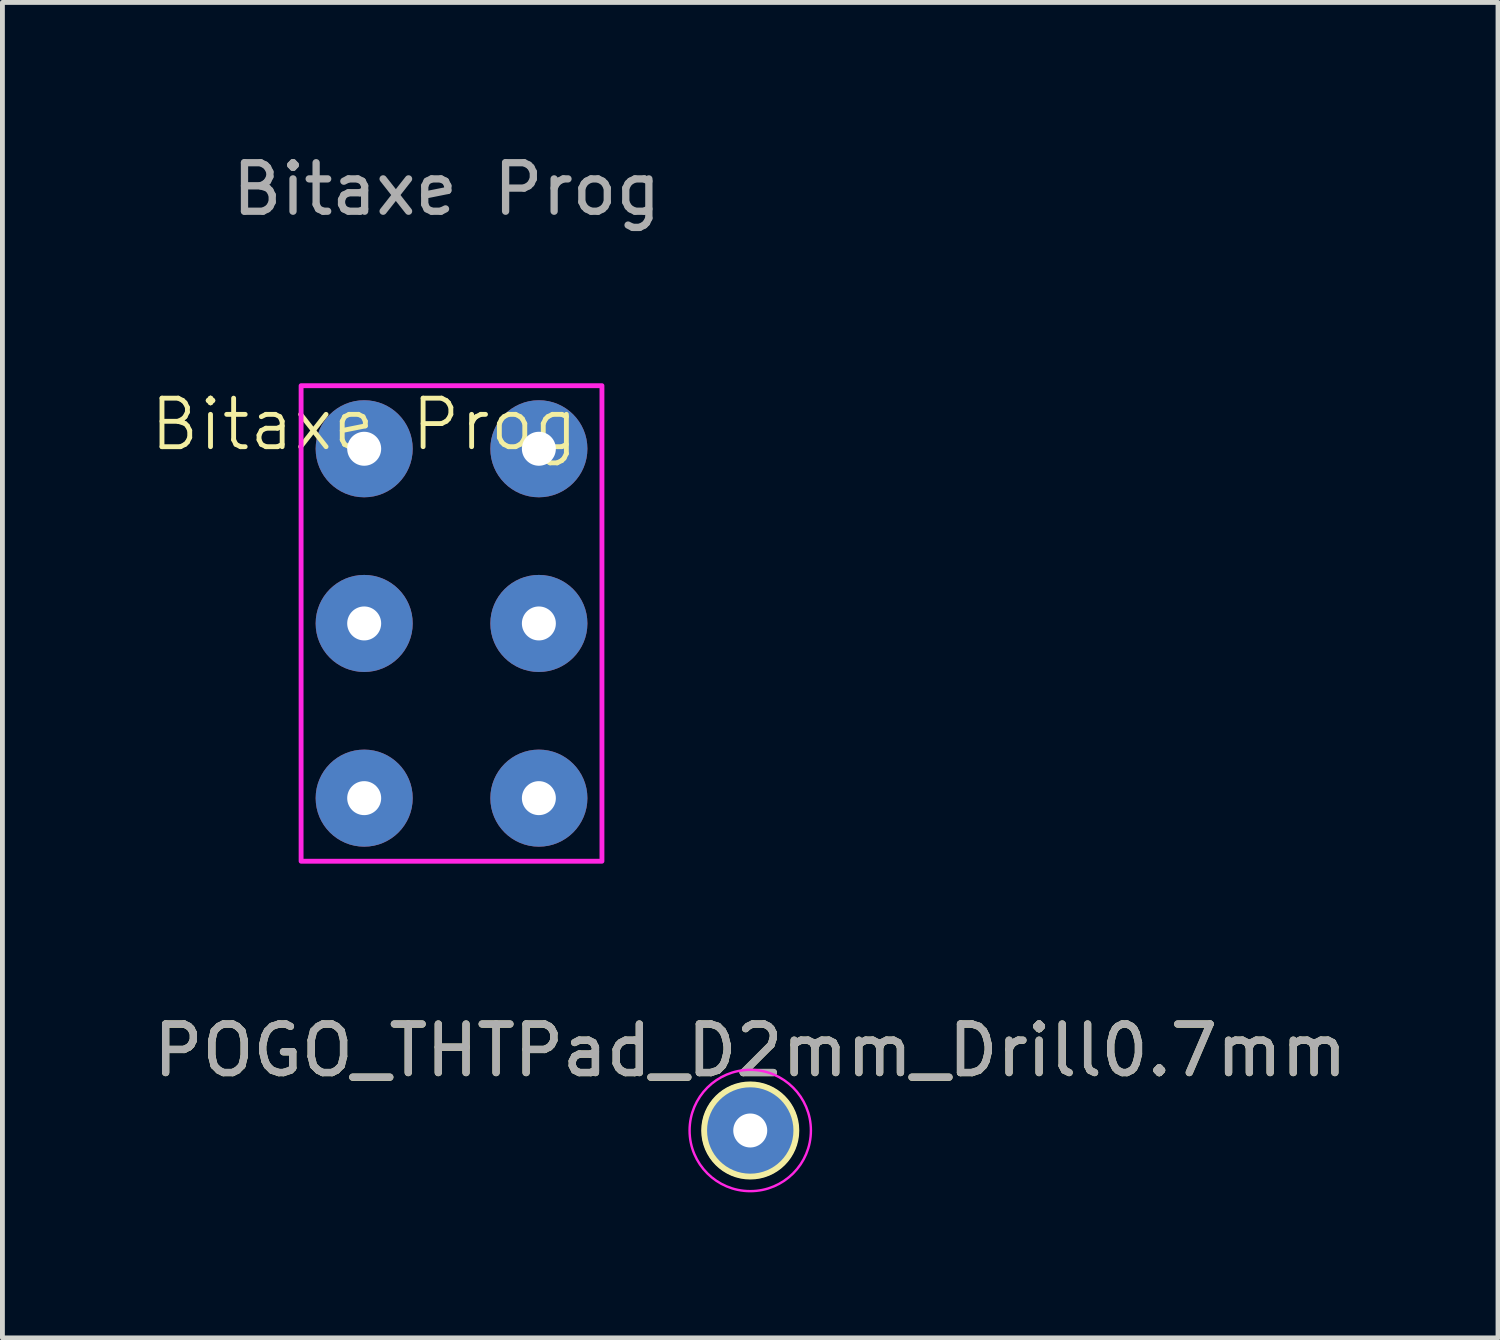
<source format=kicad_pcb>
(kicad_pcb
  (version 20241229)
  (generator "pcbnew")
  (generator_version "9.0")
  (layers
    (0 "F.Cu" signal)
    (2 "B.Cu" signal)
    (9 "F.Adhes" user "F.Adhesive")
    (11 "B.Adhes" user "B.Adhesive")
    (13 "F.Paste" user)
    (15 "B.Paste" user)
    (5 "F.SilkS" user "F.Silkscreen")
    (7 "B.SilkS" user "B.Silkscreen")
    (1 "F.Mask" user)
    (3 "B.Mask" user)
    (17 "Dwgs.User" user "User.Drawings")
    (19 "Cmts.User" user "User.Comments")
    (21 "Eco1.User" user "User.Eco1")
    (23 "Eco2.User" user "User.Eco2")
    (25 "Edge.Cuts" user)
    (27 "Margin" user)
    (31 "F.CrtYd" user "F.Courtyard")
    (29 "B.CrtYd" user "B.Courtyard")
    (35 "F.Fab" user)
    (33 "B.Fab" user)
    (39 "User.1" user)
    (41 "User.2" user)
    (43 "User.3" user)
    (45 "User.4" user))
  (footprint "POGO_THTPad_D2mm_Drill0.7mm"
    (layer "F.Cu")
    (at 12.411 20.247)
    (property "Reference" "POGO_THTPad_D2mm_Drill0.7mm" (at 0 -1.648 0) (layer "F.SilkS") (effects (font (size 1 1) (thickness 0.15))))
    (attr exclude_from_pos_files exclude_from_bom)
    (fp_circle (center 0 0) (end 0 0.95) (stroke (width 0.12) (type solid)) (fill no) (layer "F.SilkS"))
    (fp_circle (center 0 0) (end 1.25 0) (stroke (width 0.05) (type solid)) (fill no) (layer "F.CrtYd"))
    (fp_text user "${REFERENCE}" (at 0 -1.65 0) (layer "F.Fab") (effects (font (size 1 1) (thickness 0.15))))
    (pad "1" thru_hole circle (at 0 0) (size 2 2) (drill 0.7) (layers "*.Cu" "*.Mask")))
  (footprint "Bitaxe Prog"
    (layer "F.Cu")
    (at 4.455 6.198)
    (property "Reference" "Bitaxe Prog" (at 0 -0.5 0) (unlocked yes) (layer "F.SilkS") (effects (font (size 1 1) (thickness 0.1))))
    (attr exclude_from_pos_files exclude_from_bom)
    (fp_arc (start -0.685218 -0.185218) (mid -0.5 -0.5) (end -0.185218 -0.685218) (stroke (width 0.3) (type solid)) (layer "F.Paste"))
    (fp_arc (start -0.685218 3.385227) (mid -0.5 3.070445) (end -0.185218 2.885227) (stroke (width 0.3) (type solid)) (layer "F.Paste"))
    (fp_arc (start -0.685218 6.985227) (mid -0.5 6.670445) (end -0.185218 6.485227) (stroke (width 0.3) (type solid)) (layer "F.Paste"))
    (fp_arc (start -0.185218 0.714773) (mid -0.5 0.529555) (end -0.685218 0.214773) (stroke (width 0.3) (type solid)) (layer "F.Paste"))
    (fp_arc (start -0.185218 4.285218) (mid -0.5 4.1) (end -0.685218 3.785218) (stroke (width 0.3) (type solid)) (layer "F.Paste"))
    (fp_arc (start -0.185218 7.885218) (mid -0.5 7.7) (end -0.685218 7.385218) (stroke (width 0.3) (type solid)) (layer "F.Paste"))
    (fp_arc (start 0.2 -0.7) (mid 0.514782 -0.514782) (end 0.7 -0.2) (stroke (width 0.3) (type solid)) (layer "F.Paste"))
    (fp_arc (start 0.2 2.870445) (mid 0.514782 3.055663) (end 0.7 3.370445) (stroke (width 0.3) (type solid)) (layer "F.Paste"))
    (fp_arc (start 0.2 6.470445) (mid 0.514782 6.655663) (end 0.7 6.970445) (stroke (width 0.3) (type solid)) (layer "F.Paste"))
    (fp_arc (start 0.685218 0.214773) (mid 0.5 0.529555) (end 0.185218 0.714773) (stroke (width 0.3) (type solid)) (layer "F.Paste"))
    (fp_arc (start 0.685218 3.785218) (mid 0.5 4.1) (end 0.185218 4.285218) (stroke (width 0.3) (type solid)) (layer "F.Paste"))
    (fp_arc (start 0.685218 7.385218) (mid 0.5 7.7) (end 0.185218 7.885218) (stroke (width 0.3) (type solid)) (layer "F.Paste"))
    (fp_arc (start 2.914782 -0.214773) (mid 3.1 -0.529555) (end 3.414782 -0.714773) (stroke (width 0.3) (type solid)) (layer "F.Paste"))
    (fp_arc (start 2.914782 3.385227) (mid 3.1 3.070445) (end 3.414782 2.885227) (stroke (width 0.3) (type solid)) (layer "F.Paste"))
    (fp_arc (start 2.914782 6.985227) (mid 3.1 6.670445) (end 3.414782 6.485227) (stroke (width 0.3) (type solid)) (layer "F.Paste"))
    (fp_arc (start 3.414782 0.685218) (mid 3.1 0.5) (end 2.914782 0.185218) (stroke (width 0.3) (type solid)) (layer "F.Paste"))
    (fp_arc (start 3.414782 4.285218) (mid 3.1 4.1) (end 2.914782 3.785218) (stroke (width 0.3) (type solid)) (layer "F.Paste"))
    (fp_arc (start 3.414782 7.885218) (mid 3.1 7.7) (end 2.914782 7.385218) (stroke (width 0.3) (type solid)) (layer "F.Paste"))
    (fp_arc (start 3.8 -0.729555) (mid 4.114782 -0.544337) (end 4.3 -0.229555) (stroke (width 0.3) (type solid)) (layer "F.Paste"))
    (fp_arc (start 3.8 2.870445) (mid 4.114782 3.055663) (end 4.3 3.370445) (stroke (width 0.3) (type solid)) (layer "F.Paste"))
    (fp_arc (start 3.8 6.470445) (mid 4.114782 6.655663) (end 4.3 6.970445) (stroke (width 0.3) (type solid)) (layer "F.Paste"))
    (fp_arc (start 4.285218 0.185218) (mid 4.1 0.5) (end 3.785218 0.685218) (stroke (width 0.3) (type solid)) (layer "F.Paste"))
    (fp_arc (start 4.285218 3.785218) (mid 4.1 4.1) (end 3.785218 4.285218) (stroke (width 0.3) (type solid)) (layer "F.Paste"))
    (fp_arc (start 4.285218 7.385218) (mid 4.1 7.7) (end 3.785218 7.885218) (stroke (width 0.3) (type solid)) (layer "F.Paste"))
    (fp_rect (start -1.3 -1.3) (end 4.9 8.5) (stroke (width 0.1) (type solid)) (fill no) (layer "F.CrtYd"))
    (fp_text user "${REFERENCE}" (at 1.7 -5.35 0) (layer "F.Fab") (effects (font (size 1 1) (thickness 0.15))))
    (pad "1" thru_hole circle (at 3.6 0) (size 2 2) (drill 0.7) (layers "*.Cu" "F.Mask"))
    (pad "2" thru_hole circle (at 0 0) (size 2 2) (drill 0.7) (layers "*.Cu" "F.Mask"))
    (pad "3" thru_hole circle (at 3.6 3.6 90) (size 2 2) (drill 0.7) (layers "*.Cu" "F.Mask"))
    (pad "4" thru_hole circle (at 0 3.6) (size 2 2) (drill 0.7) (layers "*.Cu" "F.Mask"))
    (pad "5" thru_hole circle (at 3.6 7.2) (size 2 2) (drill 0.7) (layers "*.Cu" "F.Mask"))
    (pad "6" thru_hole circle (at 0 7.2) (size 2 2) (drill 0.7) (layers "*.Cu" "F.Mask")))
  (gr_rect
    (start -3 -3)
    (end 27.821 24.521)
    (stroke (width 0.1) (type default))
    (fill no)
    (layer "Edge.Cuts")))
</source>
